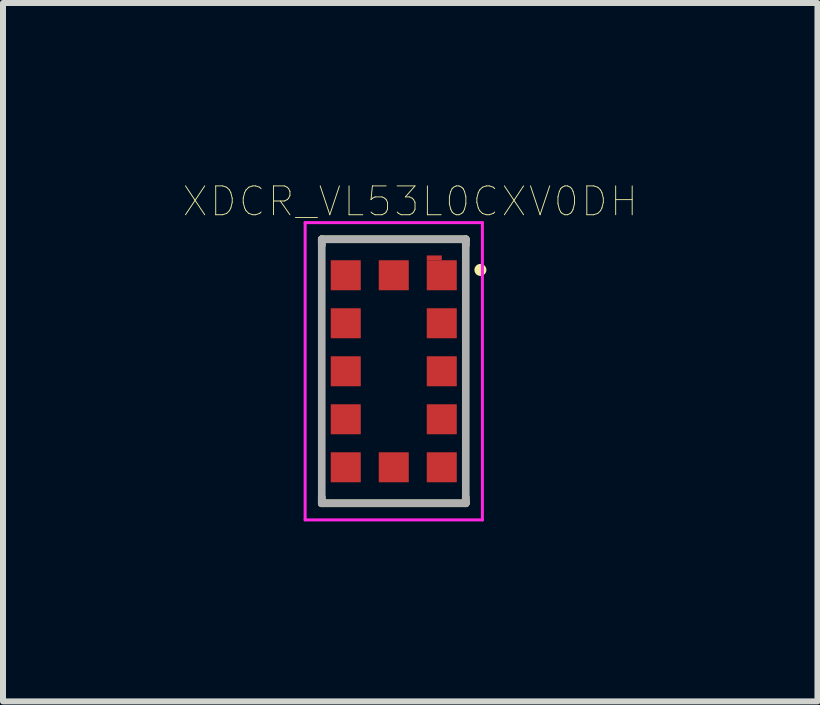
<source format=kicad_pcb>
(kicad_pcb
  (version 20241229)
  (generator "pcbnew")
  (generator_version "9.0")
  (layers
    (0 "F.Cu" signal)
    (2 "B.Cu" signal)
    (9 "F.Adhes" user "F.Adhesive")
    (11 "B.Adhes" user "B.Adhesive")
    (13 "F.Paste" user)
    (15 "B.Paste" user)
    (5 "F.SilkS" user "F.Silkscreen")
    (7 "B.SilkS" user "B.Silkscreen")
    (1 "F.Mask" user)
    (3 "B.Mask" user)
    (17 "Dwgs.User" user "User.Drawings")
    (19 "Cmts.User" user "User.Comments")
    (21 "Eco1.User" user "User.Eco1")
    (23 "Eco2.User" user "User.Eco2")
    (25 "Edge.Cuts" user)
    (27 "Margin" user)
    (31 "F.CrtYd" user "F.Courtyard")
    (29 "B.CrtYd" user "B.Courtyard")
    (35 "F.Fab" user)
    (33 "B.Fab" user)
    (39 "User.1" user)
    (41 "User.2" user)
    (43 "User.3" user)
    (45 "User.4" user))
  (footprint "XDCR_VL53L0CXV0DH"
    (layer "F.Cu")
    (at 3.512 3.137)
    (property "Reference" "XDCR_VL53L0CXV0DH" (at 0.274 -2.83 0) (layer "F.SilkS") (effects (font (size 0.481 0.481) (thickness 0.015))))
    (attr through_hole)
    (fp_line (start -1.2 -2.2) (end -1.2 -2.1) (stroke (width 0.127) (type solid)) (layer "F.SilkS"))
    (fp_line (start -1.2 -2.2) (end 1.2 -2.2) (stroke (width 0.127) (type solid)) (layer "F.SilkS"))
    (fp_line (start -1.2 2.2) (end -1.2 2.1) (stroke (width 0.127) (type solid)) (layer "F.SilkS"))
    (fp_line (start 1.2 -2.2) (end 1.2 -2.1) (stroke (width 0.127) (type solid)) (layer "F.SilkS"))
    (fp_line (start 1.2 2.2) (end -1.2 2.2) (stroke (width 0.127) (type solid)) (layer "F.SilkS"))
    (fp_line (start 1.2 2.2) (end 1.2 2.1) (stroke (width 0.127) (type solid)) (layer "F.SilkS"))
    (fp_circle (center 1.444 -1.689) (end 1.544 -1.689) (stroke (width 0) (type solid)) (fill yes) (layer "F.SilkS"))
    (fp_line (start -1.477 -2.477) (end 1.477 -2.477) (stroke (width 0.05) (type solid)) (layer "F.CrtYd"))
    (fp_line (start -1.477 2.477) (end -1.477 -2.477) (stroke (width 0.05) (type solid)) (layer "F.CrtYd"))
    (fp_line (start 1.477 -2.477) (end 1.477 2.477) (stroke (width 0.05) (type solid)) (layer "F.CrtYd"))
    (fp_line (start 1.477 2.477) (end -1.477 2.477) (stroke (width 0.05) (type solid)) (layer "F.CrtYd"))
    (fp_line (start -1.2 -2.2) (end 1.2 -2.2) (stroke (width 0.127) (type solid)) (layer "F.Fab"))
    (fp_line (start -1.2 2.2) (end -1.2 -2.2) (stroke (width 0.127) (type solid)) (layer "F.Fab"))
    (fp_line (start 1.2 -2.2) (end 1.2 2.2) (stroke (width 0.127) (type solid)) (layer "F.Fab"))
    (fp_line (start 1.2 2.2) (end -1.2 2.2) (stroke (width 0.127) (type solid)) (layer "F.Fab"))
    (pad "1" smd rect (at 0.8 -1.6) (size 0.5 0.5) (layers "F.Cu" "F.Mask" "F.Paste"))
    (pad "1.1" smd rect (at 0.675 -1.89) (size 0.25 0.08) (layers "F.Cu" "F.Mask" "F.Paste"))
    (pad "2" smd rect (at 0.8 -0.8) (size 0.5 0.5) (layers "F.Cu" "F.Mask" "F.Paste"))
    (pad "3" smd rect (at 0.8 0) (size 0.5 0.5) (layers "F.Cu" "F.Mask" "F.Paste"))
    (pad "4" smd rect (at 0.8 0.8) (size 0.5 0.5) (layers "F.Cu" "F.Mask" "F.Paste"))
    (pad "5" smd rect (at 0.8 1.6) (size 0.5 0.5) (layers "F.Cu" "F.Mask" "F.Paste"))
    (pad "6" smd rect (at 0 1.6) (size 0.5 0.5) (layers "F.Cu" "F.Mask" "F.Paste"))
    (pad "7" smd rect (at -0.8 1.6) (size 0.5 0.5) (layers "F.Cu" "F.Mask" "F.Paste"))
    (pad "8" smd rect (at -0.8 0.8) (size 0.5 0.5) (layers "F.Cu" "F.Mask" "F.Paste"))
    (pad "9" smd rect (at -0.8 0) (size 0.5 0.5) (layers "F.Cu" "F.Mask" "F.Paste"))
    (pad "10" smd rect (at -0.8 -0.8) (size 0.5 0.5) (layers "F.Cu" "F.Mask" "F.Paste"))
    (pad "11" smd rect (at -0.8 -1.6) (size 0.5 0.5) (layers "F.Cu" "F.Mask" "F.Paste"))
    (pad "12" smd rect (at 0 -1.6) (size 0.5 0.5) (layers "F.Cu" "F.Mask" "F.Paste")))
  (gr_rect
    (start -3 -3)
    (end 10.573 8.639)
    (stroke (width 0.1) (type default))
    (fill no)
    (layer "Edge.Cuts")))
</source>
